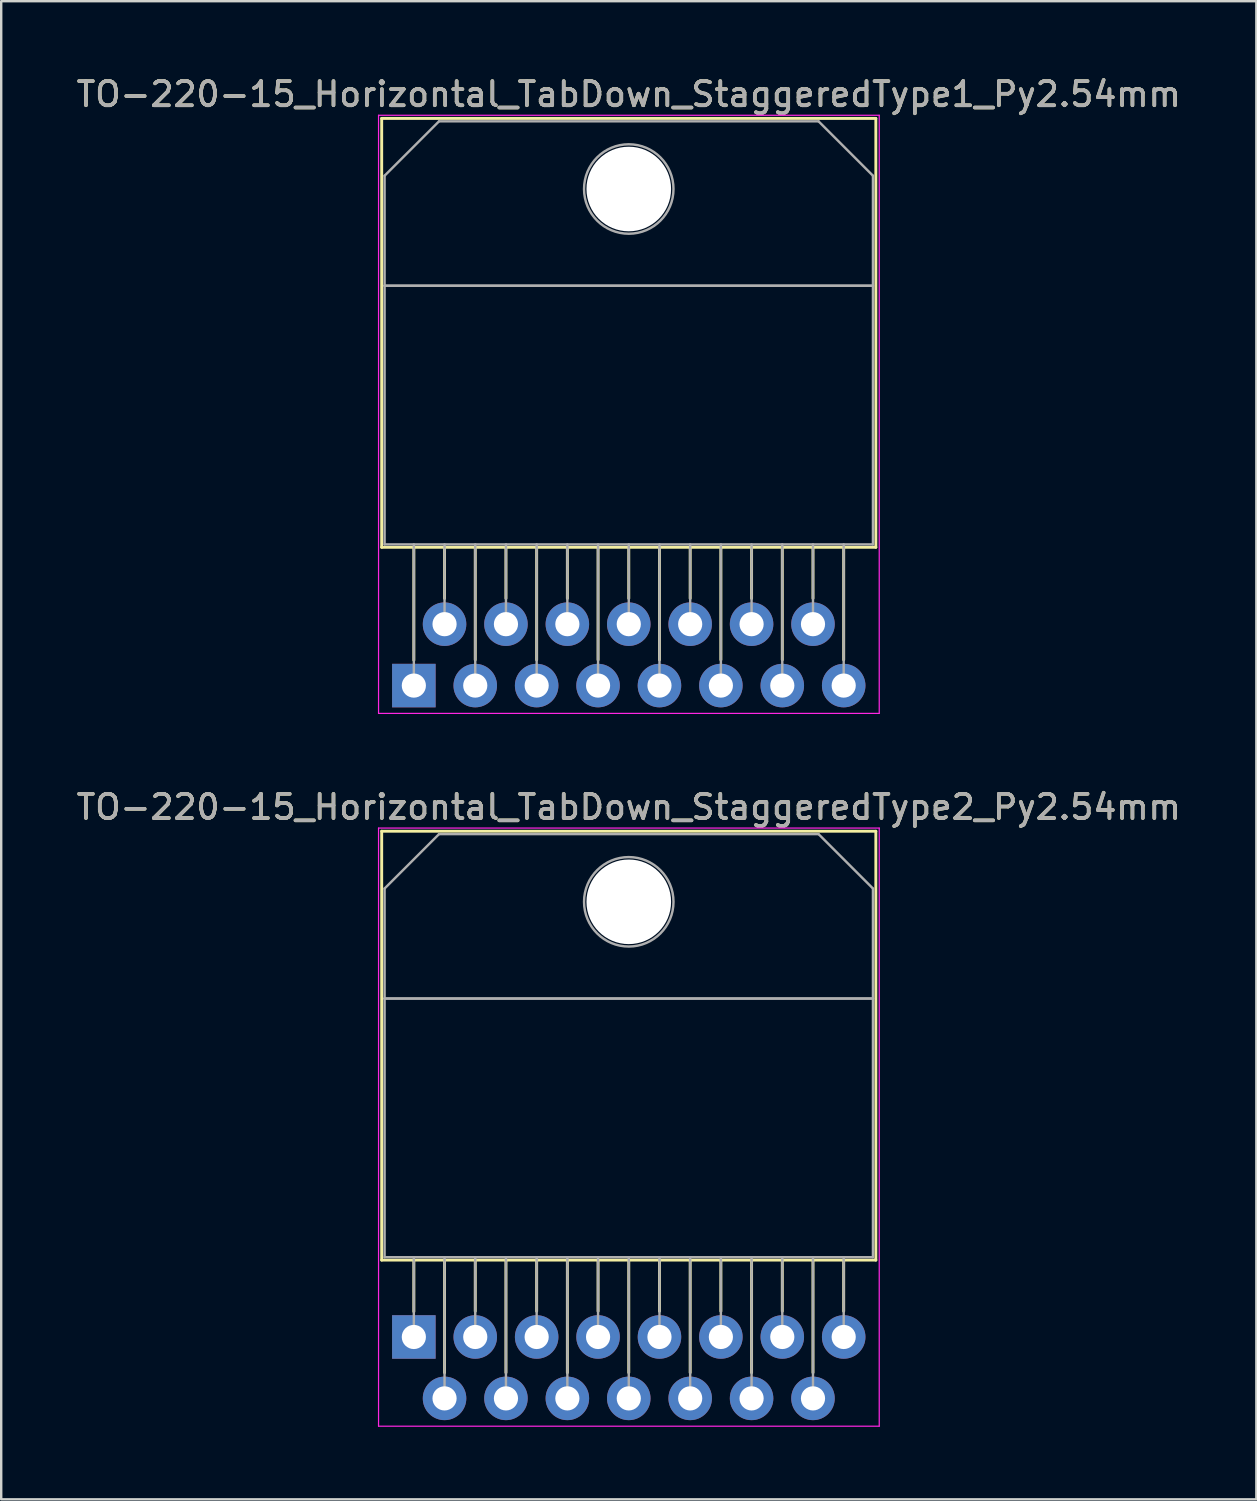
<source format=kicad_pcb>
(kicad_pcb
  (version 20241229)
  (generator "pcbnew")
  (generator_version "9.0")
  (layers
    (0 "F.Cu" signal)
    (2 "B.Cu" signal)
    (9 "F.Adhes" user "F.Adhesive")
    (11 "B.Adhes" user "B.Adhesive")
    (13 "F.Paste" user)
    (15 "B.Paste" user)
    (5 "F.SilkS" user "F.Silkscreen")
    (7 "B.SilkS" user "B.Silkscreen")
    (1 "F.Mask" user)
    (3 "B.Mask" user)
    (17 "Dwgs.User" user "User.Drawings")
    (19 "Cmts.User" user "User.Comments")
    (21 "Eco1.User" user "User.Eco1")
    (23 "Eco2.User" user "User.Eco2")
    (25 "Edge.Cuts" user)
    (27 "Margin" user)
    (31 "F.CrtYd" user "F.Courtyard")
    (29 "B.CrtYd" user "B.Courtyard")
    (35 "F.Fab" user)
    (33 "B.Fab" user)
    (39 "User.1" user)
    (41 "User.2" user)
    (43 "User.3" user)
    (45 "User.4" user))
  (footprint "TO-220-15_Horizontal_TabDown_StaggeredType1_Py2.54mm"
    (layer "F.Cu")
    (at 14.068 25.308)
    (property "Reference" "TO-220-15_Horizontal_TabDown_StaggeredType1_Py2.54mm" (at 8.89 -24.46 0) (layer "F.SilkS") (effects (font (size 1 1) (thickness 0.15))))
    (attr through_hole)
    (fp_line (start -1.33 -23.46) (end -1.33 -5.72) (stroke (width 0.12) (type solid)) (layer "F.SilkS"))
    (fp_line (start -1.33 -23.46) (end 19.11 -23.46) (stroke (width 0.12) (type solid)) (layer "F.SilkS"))
    (fp_line (start -1.33 -5.72) (end 19.11 -5.72) (stroke (width 0.12) (type solid)) (layer "F.SilkS"))
    (fp_line (start 0 -5.72) (end 0 -1.05) (stroke (width 0.12) (type solid)) (layer "F.SilkS"))
    (fp_line (start 1.27 -5.72) (end 1.27 -3.606) (stroke (width 0.12) (type solid)) (layer "F.SilkS"))
    (fp_line (start 2.54 -5.72) (end 2.54 -1.065) (stroke (width 0.12) (type solid)) (layer "F.SilkS"))
    (fp_line (start 3.81 -5.72) (end 3.81 -3.606) (stroke (width 0.12) (type solid)) (layer "F.SilkS"))
    (fp_line (start 5.08 -5.72) (end 5.08 -1.065) (stroke (width 0.12) (type solid)) (layer "F.SilkS"))
    (fp_line (start 6.35 -5.72) (end 6.35 -3.606) (stroke (width 0.12) (type solid)) (layer "F.SilkS"))
    (fp_line (start 7.62 -5.72) (end 7.62 -1.065) (stroke (width 0.12) (type solid)) (layer "F.SilkS"))
    (fp_line (start 8.89 -5.72) (end 8.89 -3.606) (stroke (width 0.12) (type solid)) (layer "F.SilkS"))
    (fp_line (start 10.16 -5.72) (end 10.16 -1.065) (stroke (width 0.12) (type solid)) (layer "F.SilkS"))
    (fp_line (start 11.43 -5.72) (end 11.43 -3.606) (stroke (width 0.12) (type solid)) (layer "F.SilkS"))
    (fp_line (start 12.7 -5.72) (end 12.7 -1.065) (stroke (width 0.12) (type solid)) (layer "F.SilkS"))
    (fp_line (start 13.97 -5.72) (end 13.97 -3.606) (stroke (width 0.12) (type solid)) (layer "F.SilkS"))
    (fp_line (start 15.24 -5.72) (end 15.24 -1.065) (stroke (width 0.12) (type solid)) (layer "F.SilkS"))
    (fp_line (start 16.51 -5.72) (end 16.51 -3.606) (stroke (width 0.12) (type solid)) (layer "F.SilkS"))
    (fp_line (start 17.78 -5.72) (end 17.78 -1.065) (stroke (width 0.12) (type solid)) (layer "F.SilkS"))
    (fp_line (start 19.11 -23.46) (end 19.11 -5.72) (stroke (width 0.12) (type solid)) (layer "F.SilkS"))
    (fp_line (start -1.46 -23.59) (end -1.46 1.15) (stroke (width 0.05) (type solid)) (layer "F.CrtYd"))
    (fp_line (start -1.46 1.15) (end 19.25 1.15) (stroke (width 0.05) (type solid)) (layer "F.CrtYd"))
    (fp_line (start 19.25 -23.59) (end -1.46 -23.59) (stroke (width 0.05) (type solid)) (layer "F.CrtYd"))
    (fp_line (start 19.25 1.15) (end 19.25 -23.59) (stroke (width 0.05) (type solid)) (layer "F.CrtYd"))
    (fp_line (start -1.21 -21.09) (end 1.041 -23.34) (stroke (width 0.1) (type solid)) (layer "F.Fab"))
    (fp_line (start -1.21 -16.54) (end -1.21 -21.09) (stroke (width 0.1) (type solid)) (layer "F.Fab"))
    (fp_line (start -1.21 -16.54) (end 18.99 -16.54) (stroke (width 0.1) (type solid)) (layer "F.Fab"))
    (fp_line (start -1.21 -5.84) (end -1.21 -16.54) (stroke (width 0.1) (type solid)) (layer "F.Fab"))
    (fp_line (start 0 -5.84) (end 0 0) (stroke (width 0.1) (type solid)) (layer "F.Fab"))
    (fp_line (start 1.041 -23.34) (end 16.74 -23.34) (stroke (width 0.1) (type solid)) (layer "F.Fab"))
    (fp_line (start 1.27 -5.84) (end 1.27 -2.54) (stroke (width 0.1) (type solid)) (layer "F.Fab"))
    (fp_line (start 2.54 -5.84) (end 2.54 0) (stroke (width 0.1) (type solid)) (layer "F.Fab"))
    (fp_line (start 3.81 -5.84) (end 3.81 -2.54) (stroke (width 0.1) (type solid)) (layer "F.Fab"))
    (fp_line (start 5.08 -5.84) (end 5.08 0) (stroke (width 0.1) (type solid)) (layer "F.Fab"))
    (fp_line (start 6.35 -5.84) (end 6.35 -2.54) (stroke (width 0.1) (type solid)) (layer "F.Fab"))
    (fp_line (start 7.62 -5.84) (end 7.62 0) (stroke (width 0.1) (type solid)) (layer "F.Fab"))
    (fp_line (start 8.89 -5.84) (end 8.89 -2.54) (stroke (width 0.1) (type solid)) (layer "F.Fab"))
    (fp_line (start 10.16 -5.84) (end 10.16 0) (stroke (width 0.1) (type solid)) (layer "F.Fab"))
    (fp_line (start 11.43 -5.84) (end 11.43 -2.54) (stroke (width 0.1) (type solid)) (layer "F.Fab"))
    (fp_line (start 12.7 -5.84) (end 12.7 0) (stroke (width 0.1) (type solid)) (layer "F.Fab"))
    (fp_line (start 13.97 -5.84) (end 13.97 -2.54) (stroke (width 0.1) (type solid)) (layer "F.Fab"))
    (fp_line (start 15.24 -5.84) (end 15.24 0) (stroke (width 0.1) (type solid)) (layer "F.Fab"))
    (fp_line (start 16.51 -5.84) (end 16.51 -2.54) (stroke (width 0.1) (type solid)) (layer "F.Fab"))
    (fp_line (start 16.74 -23.34) (end 18.99 -21.09) (stroke (width 0.1) (type solid)) (layer "F.Fab"))
    (fp_line (start 17.78 -5.84) (end 17.78 0) (stroke (width 0.1) (type solid)) (layer "F.Fab"))
    (fp_line (start 18.99 -21.09) (end 18.99 -16.54) (stroke (width 0.1) (type solid)) (layer "F.Fab"))
    (fp_line (start 18.99 -16.54) (end -1.21 -16.54) (stroke (width 0.1) (type solid)) (layer "F.Fab"))
    (fp_line (start 18.99 -16.54) (end 18.99 -5.84) (stroke (width 0.1) (type solid)) (layer "F.Fab"))
    (fp_line (start 18.99 -5.84) (end -1.21 -5.84) (stroke (width 0.1) (type solid)) (layer "F.Fab"))
    (fp_circle (center 8.89 -20.54) (end 10.74 -20.54) (stroke (width 0.1) (type solid)) (fill no) (layer "F.Fab"))
    (fp_text user "${REFERENCE}" (at 8.89 -24.46 0) (layer "F.Fab") (effects (font (size 1 1) (thickness 0.15))))
    (pad "" np_thru_hole oval (at 8.89 -20.54) (size 3.5 3.5) (drill 3.5) (layers "*.Cu" "*.Mask"))
    (pad "1" thru_hole rect (at 0 0) (size 1.8 1.8) (drill 1) (layers "*.Cu" "*.Mask"))
    (pad "2" thru_hole oval (at 1.27 -2.54) (size 1.8 1.8) (drill 1) (layers "*.Cu" "*.Mask"))
    (pad "3" thru_hole oval (at 2.54 0) (size 1.8 1.8) (drill 1) (layers "*.Cu" "*.Mask"))
    (pad "4" thru_hole oval (at 3.81 -2.54) (size 1.8 1.8) (drill 1) (layers "*.Cu" "*.Mask"))
    (pad "5" thru_hole oval (at 5.08 0) (size 1.8 1.8) (drill 1) (layers "*.Cu" "*.Mask"))
    (pad "6" thru_hole oval (at 6.35 -2.54) (size 1.8 1.8) (drill 1) (layers "*.Cu" "*.Mask"))
    (pad "7" thru_hole oval (at 7.62 0) (size 1.8 1.8) (drill 1) (layers "*.Cu" "*.Mask"))
    (pad "8" thru_hole oval (at 8.89 -2.54) (size 1.8 1.8) (drill 1) (layers "*.Cu" "*.Mask"))
    (pad "9" thru_hole oval (at 10.16 0) (size 1.8 1.8) (drill 1) (layers "*.Cu" "*.Mask"))
    (pad "10" thru_hole oval (at 11.43 -2.54) (size 1.8 1.8) (drill 1) (layers "*.Cu" "*.Mask"))
    (pad "11" thru_hole oval (at 12.7 0) (size 1.8 1.8) (drill 1) (layers "*.Cu" "*.Mask"))
    (pad "12" thru_hole oval (at 13.97 -2.54) (size 1.8 1.8) (drill 1) (layers "*.Cu" "*.Mask"))
    (pad "13" thru_hole oval (at 15.24 0) (size 1.8 1.8) (drill 1) (layers "*.Cu" "*.Mask"))
    (pad "14" thru_hole oval (at 16.51 -2.54) (size 1.8 1.8) (drill 1) (layers "*.Cu" "*.Mask"))
    (pad "15" thru_hole oval (at 17.78 0) (size 1.8 1.8) (drill 1) (layers "*.Cu" "*.Mask")))
  (footprint "TO-220-15_Horizontal_TabDown_StaggeredType2_Py2.54mm"
    (layer "F.Cu")
    (at 14.068 52.252)
    (property "Reference" "TO-220-15_Horizontal_TabDown_StaggeredType2_Py2.54mm" (at 8.89 -21.92 0) (layer "F.SilkS") (effects (font (size 1 1) (thickness 0.15))))
    (attr through_hole)
    (fp_line (start -1.33 -20.92) (end -1.33 -3.18) (stroke (width 0.12) (type solid)) (layer "F.SilkS"))
    (fp_line (start -1.33 -20.92) (end 19.11 -20.92) (stroke (width 0.12) (type solid)) (layer "F.SilkS"))
    (fp_line (start -1.33 -3.18) (end 19.11 -3.18) (stroke (width 0.12) (type solid)) (layer "F.SilkS"))
    (fp_line (start 0 -3.18) (end 0 -1.05) (stroke (width 0.12) (type solid)) (layer "F.SilkS"))
    (fp_line (start 1.27 -3.18) (end 1.27 1.475) (stroke (width 0.12) (type solid)) (layer "F.SilkS"))
    (fp_line (start 2.54 -3.18) (end 2.54 -1.066) (stroke (width 0.12) (type solid)) (layer "F.SilkS"))
    (fp_line (start 3.81 -3.18) (end 3.81 1.475) (stroke (width 0.12) (type solid)) (layer "F.SilkS"))
    (fp_line (start 5.08 -3.18) (end 5.08 -1.066) (stroke (width 0.12) (type solid)) (layer "F.SilkS"))
    (fp_line (start 6.35 -3.18) (end 6.35 1.475) (stroke (width 0.12) (type solid)) (layer "F.SilkS"))
    (fp_line (start 7.62 -3.18) (end 7.62 -1.066) (stroke (width 0.12) (type solid)) (layer "F.SilkS"))
    (fp_line (start 8.89 -3.18) (end 8.89 1.475) (stroke (width 0.12) (type solid)) (layer "F.SilkS"))
    (fp_line (start 10.16 -3.18) (end 10.16 -1.066) (stroke (width 0.12) (type solid)) (layer "F.SilkS"))
    (fp_line (start 11.43 -3.18) (end 11.43 1.475) (stroke (width 0.12) (type solid)) (layer "F.SilkS"))
    (fp_line (start 12.7 -3.18) (end 12.7 -1.066) (stroke (width 0.12) (type solid)) (layer "F.SilkS"))
    (fp_line (start 13.97 -3.18) (end 13.97 1.475) (stroke (width 0.12) (type solid)) (layer "F.SilkS"))
    (fp_line (start 15.24 -3.18) (end 15.24 -1.066) (stroke (width 0.12) (type solid)) (layer "F.SilkS"))
    (fp_line (start 16.51 -3.18) (end 16.51 1.475) (stroke (width 0.12) (type solid)) (layer "F.SilkS"))
    (fp_line (start 17.78 -3.18) (end 17.78 -1.066) (stroke (width 0.12) (type solid)) (layer "F.SilkS"))
    (fp_line (start 19.11 -20.92) (end 19.11 -3.18) (stroke (width 0.12) (type solid)) (layer "F.SilkS"))
    (fp_line (start -1.46 -21.05) (end -1.46 3.69) (stroke (width 0.05) (type solid)) (layer "F.CrtYd"))
    (fp_line (start -1.46 3.69) (end 19.25 3.69) (stroke (width 0.05) (type solid)) (layer "F.CrtYd"))
    (fp_line (start 19.25 -21.05) (end -1.46 -21.05) (stroke (width 0.05) (type solid)) (layer "F.CrtYd"))
    (fp_line (start 19.25 3.69) (end 19.25 -21.05) (stroke (width 0.05) (type solid)) (layer "F.CrtYd"))
    (fp_line (start -1.21 -18.55) (end 1.041 -20.8) (stroke (width 0.1) (type solid)) (layer "F.Fab"))
    (fp_line (start -1.21 -14) (end -1.21 -18.55) (stroke (width 0.1) (type solid)) (layer "F.Fab"))
    (fp_line (start -1.21 -14) (end 18.99 -14) (stroke (width 0.1) (type solid)) (layer "F.Fab"))
    (fp_line (start -1.21 -3.3) (end -1.21 -14) (stroke (width 0.1) (type solid)) (layer "F.Fab"))
    (fp_line (start 0 -3.3) (end 0 0) (stroke (width 0.1) (type solid)) (layer "F.Fab"))
    (fp_line (start 1.041 -20.8) (end 16.74 -20.8) (stroke (width 0.1) (type solid)) (layer "F.Fab"))
    (fp_line (start 1.27 -3.3) (end 1.27 2.54) (stroke (width 0.1) (type solid)) (layer "F.Fab"))
    (fp_line (start 2.54 -3.3) (end 2.54 0) (stroke (width 0.1) (type solid)) (layer "F.Fab"))
    (fp_line (start 3.81 -3.3) (end 3.81 2.54) (stroke (width 0.1) (type solid)) (layer "F.Fab"))
    (fp_line (start 5.08 -3.3) (end 5.08 0) (stroke (width 0.1) (type solid)) (layer "F.Fab"))
    (fp_line (start 6.35 -3.3) (end 6.35 2.54) (stroke (width 0.1) (type solid)) (layer "F.Fab"))
    (fp_line (start 7.62 -3.3) (end 7.62 0) (stroke (width 0.1) (type solid)) (layer "F.Fab"))
    (fp_line (start 8.89 -3.3) (end 8.89 2.54) (stroke (width 0.1) (type solid)) (layer "F.Fab"))
    (fp_line (start 10.16 -3.3) (end 10.16 0) (stroke (width 0.1) (type solid)) (layer "F.Fab"))
    (fp_line (start 11.43 -3.3) (end 11.43 2.54) (stroke (width 0.1) (type solid)) (layer "F.Fab"))
    (fp_line (start 12.7 -3.3) (end 12.7 0) (stroke (width 0.1) (type solid)) (layer "F.Fab"))
    (fp_line (start 13.97 -3.3) (end 13.97 2.54) (stroke (width 0.1) (type solid)) (layer "F.Fab"))
    (fp_line (start 15.24 -3.3) (end 15.24 0) (stroke (width 0.1) (type solid)) (layer "F.Fab"))
    (fp_line (start 16.51 -3.3) (end 16.51 2.54) (stroke (width 0.1) (type solid)) (layer "F.Fab"))
    (fp_line (start 16.74 -20.8) (end 18.99 -18.55) (stroke (width 0.1) (type solid)) (layer "F.Fab"))
    (fp_line (start 17.78 -3.3) (end 17.78 0) (stroke (width 0.1) (type solid)) (layer "F.Fab"))
    (fp_line (start 18.99 -18.55) (end 18.99 -14) (stroke (width 0.1) (type solid)) (layer "F.Fab"))
    (fp_line (start 18.99 -14) (end -1.21 -14) (stroke (width 0.1) (type solid)) (layer "F.Fab"))
    (fp_line (start 18.99 -14) (end 18.99 -3.3) (stroke (width 0.1) (type solid)) (layer "F.Fab"))
    (fp_line (start 18.99 -3.3) (end -1.21 -3.3) (stroke (width 0.1) (type solid)) (layer "F.Fab"))
    (fp_circle (center 8.89 -18) (end 10.74 -18) (stroke (width 0.1) (type solid)) (fill no) (layer "F.Fab"))
    (fp_text user "${REFERENCE}" (at 8.89 -21.92 0) (layer "F.Fab") (effects (font (size 1 1) (thickness 0.15))))
    (pad "" np_thru_hole oval (at 8.89 -18) (size 3.5 3.5) (drill 3.5) (layers "*.Cu" "*.Mask"))
    (pad "1" thru_hole rect (at 0 0) (size 1.8 1.8) (drill 1) (layers "*.Cu" "*.Mask"))
    (pad "2" thru_hole oval (at 1.27 2.54) (size 1.8 1.8) (drill 1) (layers "*.Cu" "*.Mask"))
    (pad "3" thru_hole oval (at 2.54 0) (size 1.8 1.8) (drill 1) (layers "*.Cu" "*.Mask"))
    (pad "4" thru_hole oval (at 3.81 2.54) (size 1.8 1.8) (drill 1) (layers "*.Cu" "*.Mask"))
    (pad "5" thru_hole oval (at 5.08 0) (size 1.8 1.8) (drill 1) (layers "*.Cu" "*.Mask"))
    (pad "6" thru_hole oval (at 6.35 2.54) (size 1.8 1.8) (drill 1) (layers "*.Cu" "*.Mask"))
    (pad "7" thru_hole oval (at 7.62 0) (size 1.8 1.8) (drill 1) (layers "*.Cu" "*.Mask"))
    (pad "8" thru_hole oval (at 8.89 2.54) (size 1.8 1.8) (drill 1) (layers "*.Cu" "*.Mask"))
    (pad "9" thru_hole oval (at 10.16 0) (size 1.8 1.8) (drill 1) (layers "*.Cu" "*.Mask"))
    (pad "10" thru_hole oval (at 11.43 2.54) (size 1.8 1.8) (drill 1) (layers "*.Cu" "*.Mask"))
    (pad "11" thru_hole oval (at 12.7 0) (size 1.8 1.8) (drill 1) (layers "*.Cu" "*.Mask"))
    (pad "12" thru_hole oval (at 13.97 2.54) (size 1.8 1.8) (drill 1) (layers "*.Cu" "*.Mask"))
    (pad "13" thru_hole oval (at 15.24 0) (size 1.8 1.8) (drill 1) (layers "*.Cu" "*.Mask"))
    (pad "14" thru_hole oval (at 16.51 2.54) (size 1.8 1.8) (drill 1) (layers "*.Cu" "*.Mask"))
    (pad "15" thru_hole oval (at 17.78 0) (size 1.8 1.8) (drill 1) (layers "*.Cu" "*.Mask")))
  (gr_rect
    (start -3 -3)
    (end 48.917 58.967)
    (stroke (width 0.1) (type default))
    (fill no)
    (layer "Edge.Cuts")))
</source>
